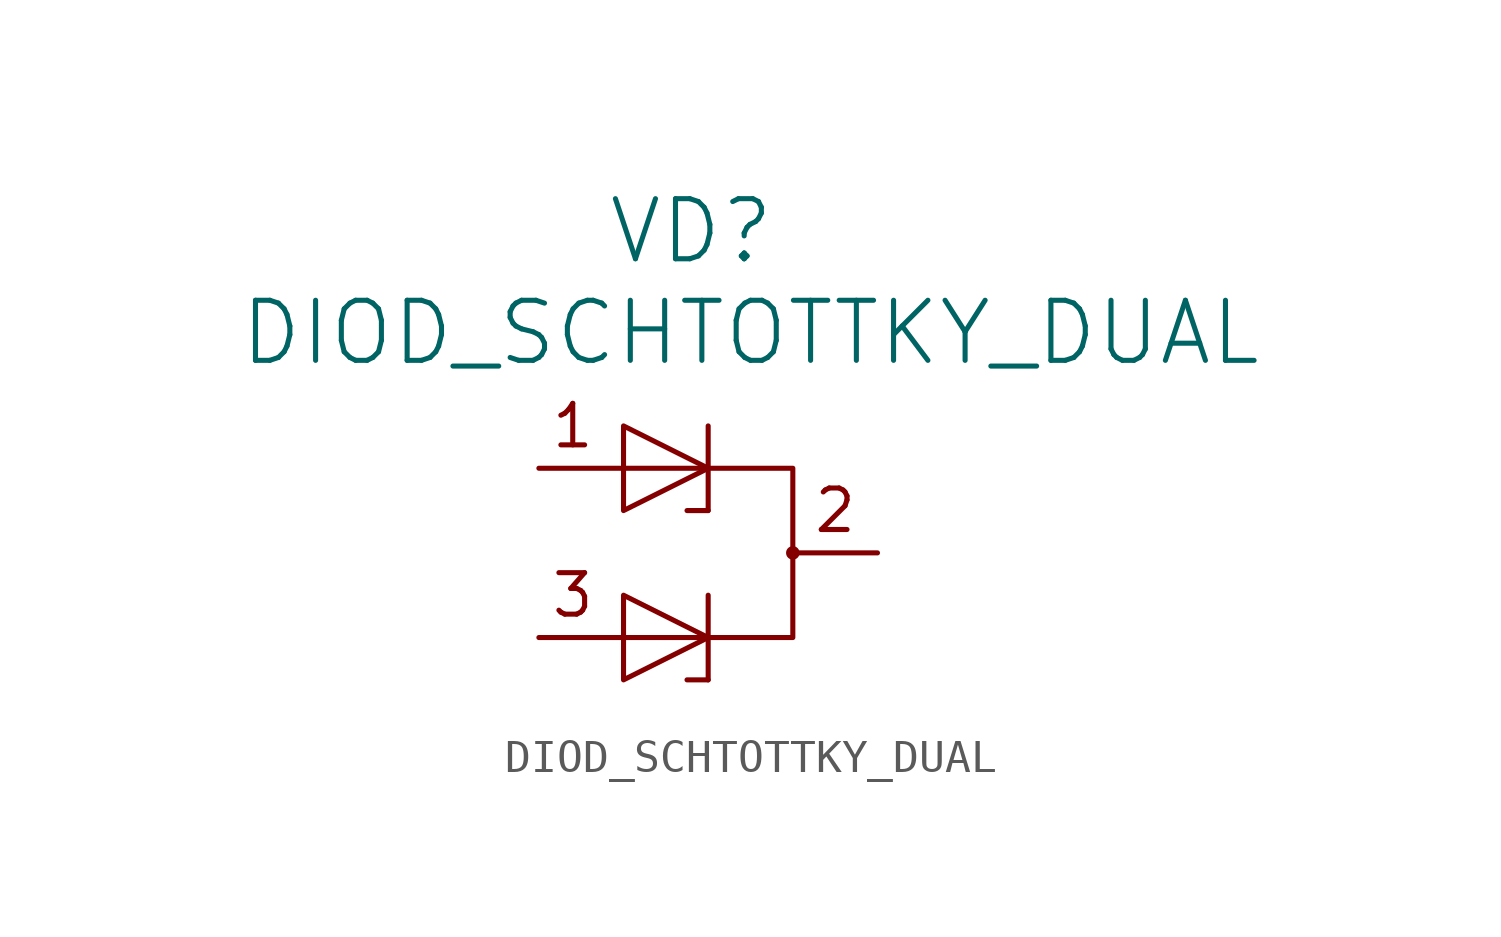
<source format=kicad_sym>
(kicad_symbol_lib
  (version 20211014)
  (generator kicad_symbol_editor)
  (symbol "DIOD_SCHTOTTKY_DUAL"
    (pin_numbers hide)
    (pin_names
      (offset 1.016))
    (property "Reference" "VD"
      (at 4.572 7.112 0)
      (effects (font (size 1.803 1.803))))
    (property "Value" "DIOD_SCHTOTTKY_DUAL"
      (at 6.35 4.064 0)
      (effects (font (size 1.803 1.803))))
    (property "Footprint" ""
      (at 0 0 0)
      (effects (font (size 1.524 1.524))))
    (property "Datasheet" ""
      (at 0 0 0)
      (effects (font (size 1.524 1.524))))
    (symbol "DIOD_SCHTOTTKY_DUAL_0_0"
      (text "1" (at 1.016 1.27 0) (effects (font (size 1.245 1.245))))
      (text "2" (at 8.89 -1.27 0) (effects (font (size 1.245 1.245))))
      (text "3" (at 1.016 -3.81 0) (effects (font (size 1.245 1.245)))))
    (symbol "DIOD_SCHTOTTKY_DUAL_0_1"
      (polyline (pts (xy 2.54 -5.08) (xy 5.08 -5.08)) (stroke (width 0) (type default) (color 0 0 0 0)) (fill (type none)))
      (polyline (pts (xy 2.54 0) (xy 5.08 0)) (stroke (width 0) (type default) (color 0 0 0 0)) (fill (type none)))
      (polyline (pts (xy 5.08 -6.35) (xy 4.445 -6.35)) (stroke (width 0) (type default) (color 0 0 0 0)) (fill (type none)))
      (polyline (pts (xy 5.08 -3.81) (xy 5.08 -6.35)) (stroke (width 0) (type default) (color 0 0 0 0)) (fill (type none)))
      (polyline (pts (xy 5.08 -1.27) (xy 4.445 -1.27)) (stroke (width 0) (type default) (color 0 0 0 0)) (fill (type none)))
      (polyline (pts (xy 5.08 1.27) (xy 5.08 -1.27)) (stroke (width 0) (type default) (color 0 0 0 0)) (fill (type none)))
      (polyline (pts (xy 2.54 -3.81) (xy 2.54 -6.35) (xy 5.08 -5.08) (xy 2.54 -3.81)) (stroke (width 0) (type default) (color 0 0 0 0)) (fill (type none)))
      (polyline (pts (xy 2.54 1.27) (xy 2.54 -1.27) (xy 5.08 0) (xy 2.54 1.27)) (stroke (width 0) (type default) (color 0 0 0 0)) (fill (type none)))
      (polyline (pts (xy 5.08 0) (xy 7.62 0) (xy 7.62 -5.08) (xy 5.08 -5.08)) (stroke (width 0) (type default) (color 0 0 0 0)) (fill (type none)))
      (circle (center 7.62 -2.54) (radius 0.127) (stroke (width 0) (type default) (color 0 0 0 0)) (fill (type none))))
    (symbol "DIOD_SCHTOTTKY_DUAL_1_1"
      (pin passive line (at 0 0 0) (length 2.54) (name "~" (effects (font (size 1.27 1.27)))) (number "1" (effects (font (size 1.27 1.27)))))
      (pin passive line (at 10.16 -2.54 180) (length 2.54) (name "~" (effects (font (size 1.27 1.27)))) (number "2" (effects (font (size 1.27 1.27)))))
      (pin passive line (at 0 -5.08 0) (length 2.54) (name "~" (effects (font (size 1.27 1.27)))) (number "3" (effects (font (size 1.27 1.27))))))))
</source>
